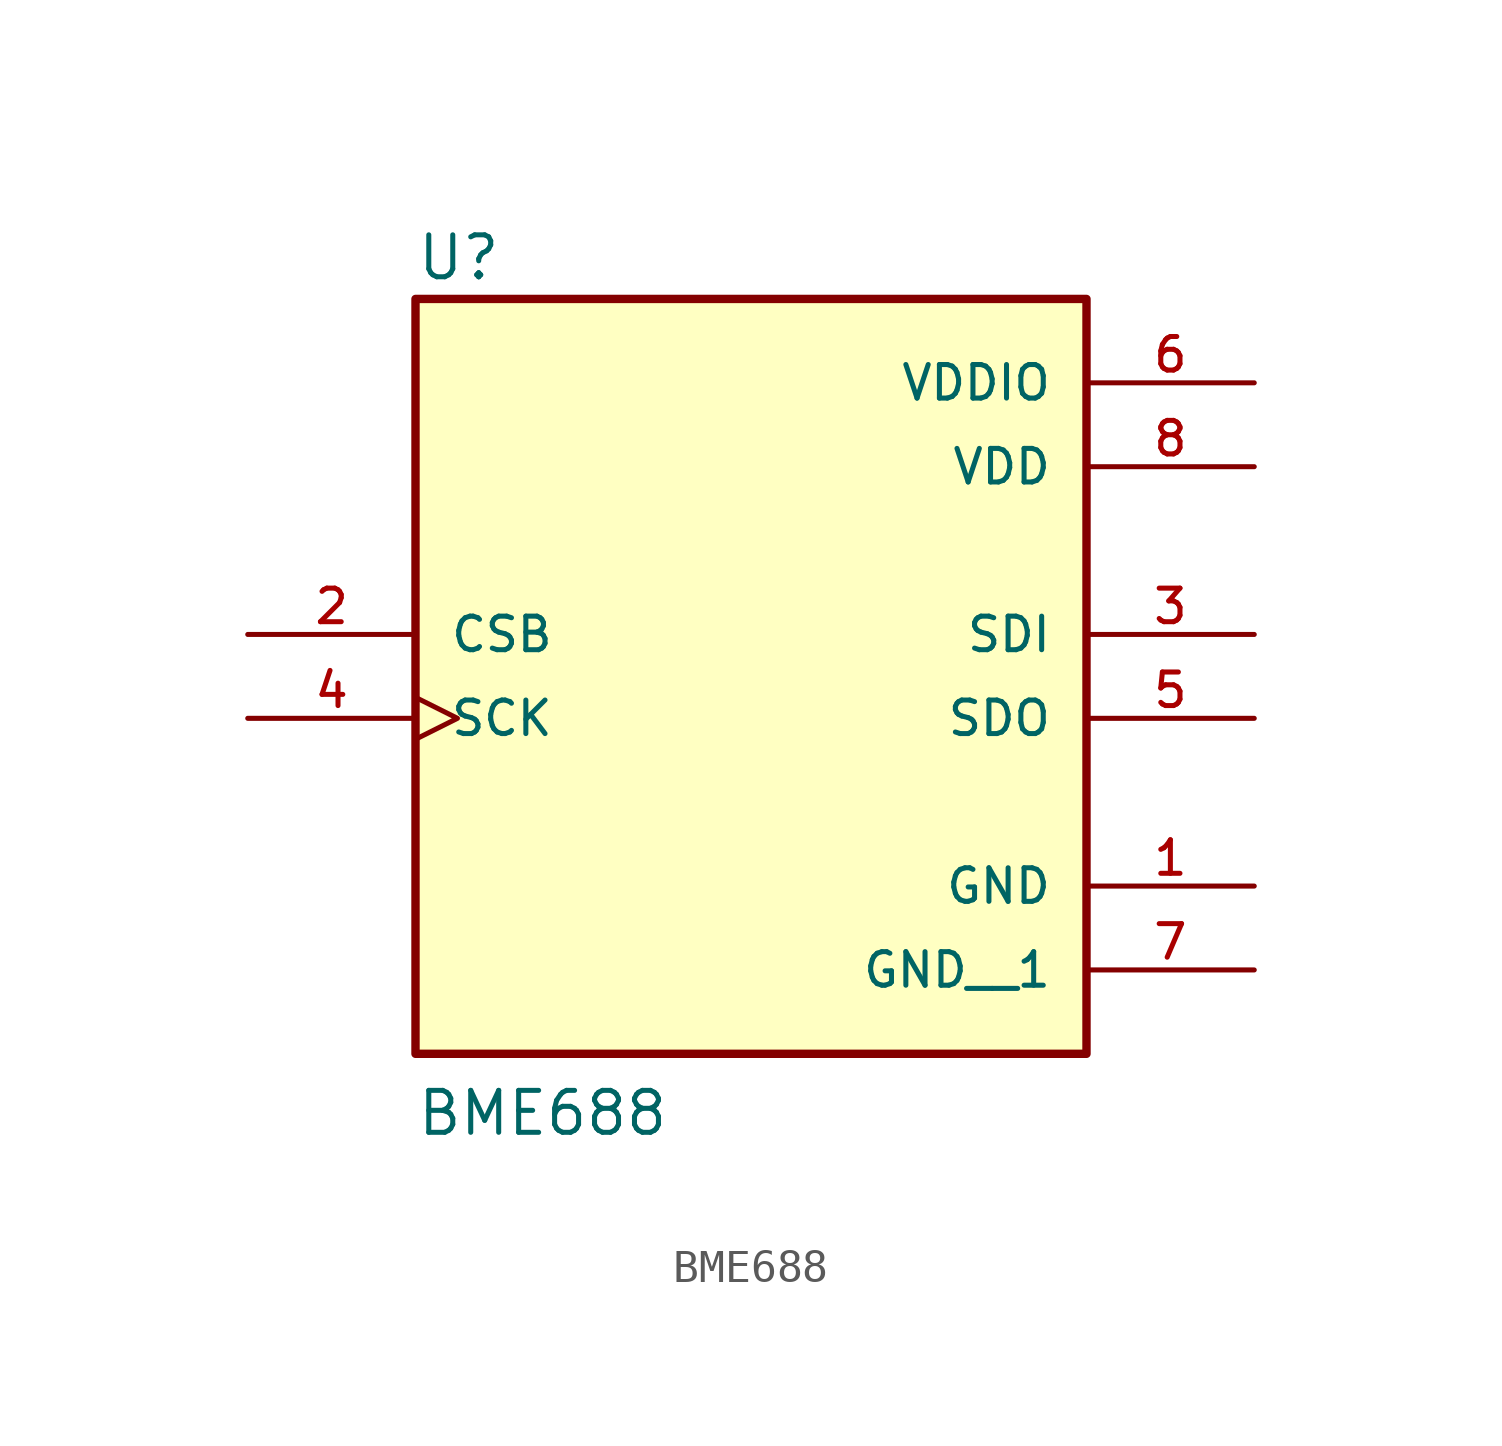
<source format=kicad_sym>
(kicad_symbol_lib
  (version 20211014)
  (generator kicad_symbol_editor)
  (symbol "BME688"
    (pin_names
      (offset 1.016))
    (property "Reference" "U"
      (at -10.16 10.668 0)
      (effects (font (size 1.27 1.27)) (justify bottom left)))
    (property "Value" "BME688"
      (at -10.16 -15.24 0)
      (effects (font (size 1.27 1.27)) (justify bottom left)))
    (symbol "BME688_0_0"
      (rectangle (start -10.16 -12.7) (end 10.16 10.16) (stroke (width 0.254)) (fill (type background)))
      (pin input line (at -15.24 0.0 0) (length 5.08) (name "CSB" (effects (font (size 1.016 1.016)))) (number "2" (effects (font (size 1.016 1.016)))))
      (pin bidirectional line (at 15.24 0.0 180.0) (length 5.08) (name "SDI" (effects (font (size 1.016 1.016)))) (number "3" (effects (font (size 1.016 1.016)))))
      (pin input clock (at -15.24 -2.54 0) (length 5.08) (name "SCK" (effects (font (size 1.016 1.016)))) (number "4" (effects (font (size 1.016 1.016)))))
      (pin bidirectional line (at 15.24 -2.54 180.0) (length 5.08) (name "SDO" (effects (font (size 1.016 1.016)))) (number "5" (effects (font (size 1.016 1.016)))))
      (pin power_in line (at 15.24 7.62 180.0) (length 5.08) (name "VDDIO" (effects (font (size 1.016 1.016)))) (number "6" (effects (font (size 1.016 1.016)))))
      (pin power_in line (at 15.24 -7.62 180.0) (length 5.08) (name "GND" (effects (font (size 1.016 1.016)))) (number "1" (effects (font (size 1.016 1.016)))))
      (pin power_in line (at 15.24 5.08 180.0) (length 5.08) (name "VDD" (effects (font (size 1.016 1.016)))) (number "8" (effects (font (size 1.016 1.016)))))
      (pin power_in line (at 15.24 -10.16 180.0) (length 5.08) (name "GND__1" (effects (font (size 1.016 1.016)))) (number "7" (effects (font (size 1.016 1.016))))))))
</source>
